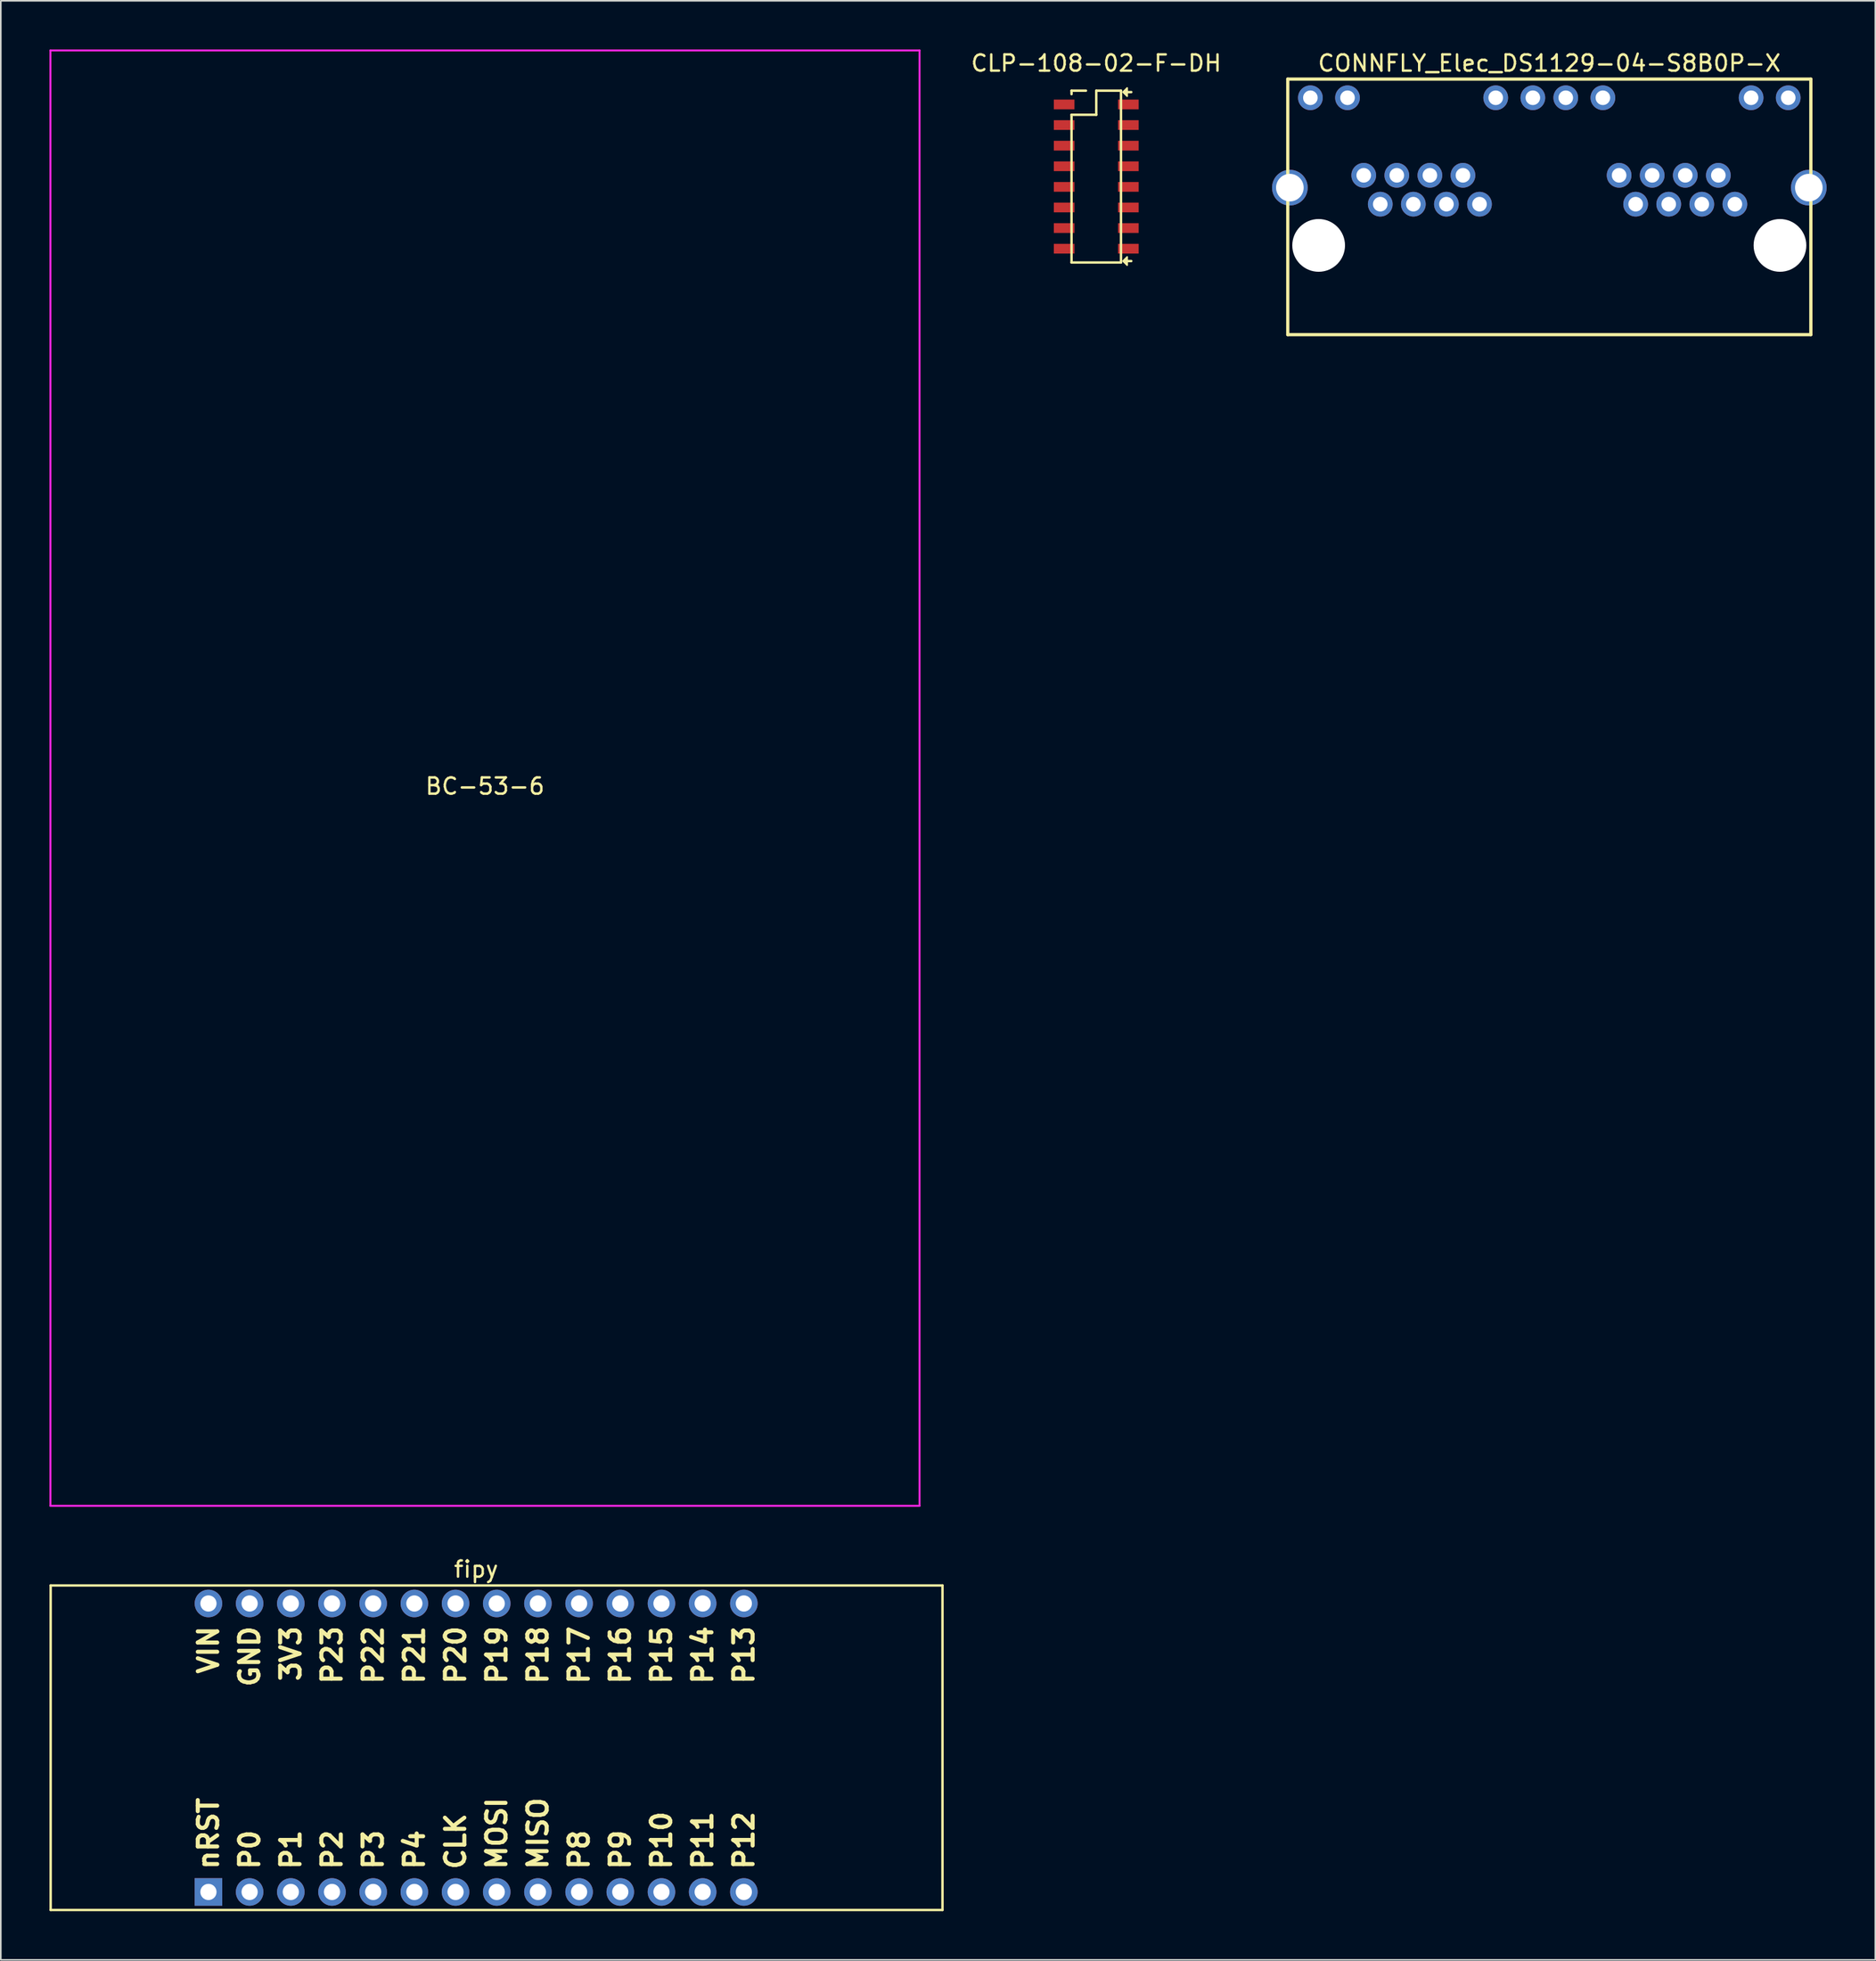
<source format=kicad_pcb>
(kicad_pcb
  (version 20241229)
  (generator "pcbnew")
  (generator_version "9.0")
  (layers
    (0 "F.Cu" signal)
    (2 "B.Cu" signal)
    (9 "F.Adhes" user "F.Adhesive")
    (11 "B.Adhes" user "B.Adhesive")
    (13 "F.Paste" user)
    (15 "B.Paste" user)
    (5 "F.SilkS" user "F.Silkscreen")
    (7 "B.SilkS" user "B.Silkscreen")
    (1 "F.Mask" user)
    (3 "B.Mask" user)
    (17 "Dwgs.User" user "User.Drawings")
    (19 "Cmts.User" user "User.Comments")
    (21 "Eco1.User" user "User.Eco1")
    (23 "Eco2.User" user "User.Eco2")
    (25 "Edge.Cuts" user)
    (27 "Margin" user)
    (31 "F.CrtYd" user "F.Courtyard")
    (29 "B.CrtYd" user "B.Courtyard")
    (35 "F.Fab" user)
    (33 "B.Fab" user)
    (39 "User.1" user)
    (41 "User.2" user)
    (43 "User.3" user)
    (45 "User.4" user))
  (footprint "CONNFLY_Elec_DS1129-04-S8B0P-X"
    (layer "F.Cu")
    (at 92.499 9.7)
    (property "Reference" "CONNFLY_Elec_DS1129-04-S8B0P-X" (at 0 -8.852 0) (layer "F.SilkS") (effects (font (size 1 1) (thickness 0.15))))
    (attr through_hole)
    (fp_line (start -16.13 -7.875) (end 16.13 -7.875) (stroke (width 0.2) (type solid)) (layer "F.SilkS"))
    (fp_line (start -16.13 7.875) (end -16.13 -7.875) (stroke (width 0.2) (type solid)) (layer "F.SilkS"))
    (fp_line (start 16.13 -7.875) (end 16.13 7.875) (stroke (width 0.2) (type solid)) (layer "F.SilkS"))
    (fp_line (start 16.13 7.875) (end -16.13 7.875) (stroke (width 0.2) (type solid)) (layer "F.SilkS"))
    (pad "" np_thru_hole circle (at -14.225 2.375) (size 3.25 3.25) (drill 3.25) (layers "*.Cu" "*.Mask"))
    (pad "" np_thru_hole circle (at 14.225 2.375) (size 3.25 3.25) (drill 3.25) (layers "*.Cu" "*.Mask"))
    (pad "A1" thru_hole circle (at -4.305 -0.165 180) (size 1.524 1.524) (drill 0.9) (layers "*.Cu" "*.Mask"))
    (pad "A2" thru_hole circle (at -5.325 -1.945 180) (size 1.524 1.524) (drill 0.9) (layers "*.Cu" "*.Mask"))
    (pad "A3" thru_hole circle (at -6.345 -0.165 180) (size 1.524 1.524) (drill 0.9) (layers "*.Cu" "*.Mask"))
    (pad "A4" thru_hole circle (at -7.365 -1.945 180) (size 1.524 1.524) (drill 0.9) (layers "*.Cu" "*.Mask"))
    (pad "A5" thru_hole circle (at -8.385 -0.165 180) (size 1.524 1.524) (drill 0.9) (layers "*.Cu" "*.Mask"))
    (pad "A6" thru_hole circle (at -9.405 -1.945 180) (size 1.524 1.524) (drill 0.9) (layers "*.Cu" "*.Mask"))
    (pad "A7" thru_hole circle (at -10.425 -0.165 180) (size 1.524 1.524) (drill 0.9) (layers "*.Cu" "*.Mask"))
    (pad "A8" thru_hole circle (at -11.445 -1.945 180) (size 1.524 1.524) (drill 0.9) (layers "*.Cu" "*.Mask"))
    (pad "A9" thru_hole circle (at -1.015 -6.725 180) (size 1.524 1.524) (drill 0.9) (layers "*.Cu" "*.Mask"))
    (pad "A10" thru_hole circle (at -3.305 -6.725 180) (size 1.524 1.524) (drill 0.9) (layers "*.Cu" "*.Mask"))
    (pad "A11" thru_hole circle (at -12.445 -6.725 180) (size 1.524 1.524) (drill 0.9) (layers "*.Cu" "*.Mask"))
    (pad "A12" thru_hole circle (at -14.735 -6.725 180) (size 1.524 1.524) (drill 0.9) (layers "*.Cu" "*.Mask"))
    (pad "B1" thru_hole circle (at 11.445 -0.165 180) (size 1.524 1.524) (drill 0.9) (layers "*.Cu" "*.Mask"))
    (pad "B2" thru_hole circle (at 10.425 -1.945 180) (size 1.524 1.524) (drill 0.9) (layers "*.Cu" "*.Mask"))
    (pad "B3" thru_hole circle (at 9.405 -0.165 180) (size 1.524 1.524) (drill 0.9) (layers "*.Cu" "*.Mask"))
    (pad "B4" thru_hole circle (at 8.385 -1.945 180) (size 1.524 1.524) (drill 0.9) (layers "*.Cu" "*.Mask"))
    (pad "B5" thru_hole circle (at 7.365 -0.165 180) (size 1.524 1.524) (drill 0.9) (layers "*.Cu" "*.Mask"))
    (pad "B6" thru_hole circle (at 6.345 -1.945 180) (size 1.524 1.524) (drill 0.9) (layers "*.Cu" "*.Mask"))
    (pad "B7" thru_hole circle (at 5.325 -0.165 180) (size 1.524 1.524) (drill 0.9) (layers "*.Cu" "*.Mask"))
    (pad "B8" thru_hole circle (at 4.305 -1.945 180) (size 1.524 1.524) (drill 0.9) (layers "*.Cu" "*.Mask"))
    (pad "B9" thru_hole circle (at 14.735 -6.725 180) (size 1.524 1.524) (drill 0.9) (layers "*.Cu" "*.Mask"))
    (pad "B10" thru_hole circle (at 12.445 -6.725 180) (size 1.524 1.524) (drill 0.9) (layers "*.Cu" "*.Mask"))
    (pad "B11" thru_hole circle (at 3.305 -6.725 180) (size 1.524 1.524) (drill 0.9) (layers "*.Cu" "*.Mask"))
    (pad "B12" thru_hole circle (at 1.015 -6.725 180) (size 1.524 1.524) (drill 0.9) (layers "*.Cu" "*.Mask"))
    (pad "SH" thru_hole circle (at -16 -1.185) (size 2.2 2.2) (drill 1.7) (layers "*.Cu" "*.Mask"))
    (pad "SH" thru_hole circle (at 16.005 -1.185) (size 2.2 2.2) (drill 1.7) (layers "*.Cu" "*.Mask")))
  (footprint "CLP-108-02-F-DH"
    (layer "F.Cu")
    (at 62.654 3.388)
    (property "Reference" "CLP-108-02-F-DH" (at 1.905 -2.54 0) (layer "F.SilkS") (effects (font (size 1 1) (thickness 0.15))))
    (attr through_hole)
    (fp_line (start 0.38 -0.635) (end 0.38 -0.85) (stroke (width 0.15) (type solid)) (layer "F.SilkS"))
    (fp_line (start 0.38 0.635) (end 0.38 9.74) (stroke (width 0.15) (type solid)) (layer "F.SilkS"))
    (fp_line (start 0.38 9.74) (end 3.43 9.74) (stroke (width 0.15) (type solid)) (layer "F.SilkS"))
    (fp_line (start 1.27 -0.85) (end 0.38 -0.85) (stroke (width 0.15) (type solid)) (layer "F.SilkS"))
    (fp_line (start 1.905 -0.85) (end 1.905 0.635) (stroke (width 0.15) (type solid)) (layer "F.SilkS"))
    (fp_line (start 1.905 0.635) (end 0.38 0.635) (stroke (width 0.15) (type solid)) (layer "F.SilkS"))
    (fp_line (start 3.43 -0.85) (end 1.905 -0.85) (stroke (width 0.15) (type solid)) (layer "F.SilkS"))
    (fp_line (start 3.43 9.74) (end 3.43 -0.85) (stroke (width 0.15) (type solid)) (layer "F.SilkS"))
    (fp_line (start 3.81 -0.762) (end 4.064 -0.762) (stroke (width 0.15) (type solid)) (layer "F.SilkS"))
    (fp_line (start 3.81 9.652) (end 4.064 9.652) (stroke (width 0.15) (type solid)) (layer "F.SilkS"))
    (fp_poly (pts (xy 3.556 -0.762) (xy 3.81 -1.016) (xy 3.81 -0.508)) (stroke (width 0.1) (type solid)) (fill yes) (layer "F.SilkS"))
    (fp_poly (pts (xy 3.556 9.652) (xy 3.81 9.398) (xy 3.81 9.906)) (stroke (width 0.1) (type solid)) (fill yes) (layer "F.SilkS"))
    (pad "1" smd rect (at -0.075 0 90) (size 0.6 1.27) (layers "F.Cu" "F.Mask" "F.Paste"))
    (pad "2" smd rect (at 3.885 0 90) (size 0.6 1.27) (layers "F.Cu" "F.Mask" "F.Paste"))
    (pad "3" smd rect (at -0.075 1.27 90) (size 0.6 1.27) (layers "F.Cu" "F.Mask" "F.Paste"))
    (pad "4" smd rect (at 3.885 1.27 90) (size 0.6 1.27) (layers "F.Cu" "F.Mask" "F.Paste"))
    (pad "5" smd rect (at -0.075 2.54 90) (size 0.6 1.27) (layers "F.Cu" "F.Mask" "F.Paste"))
    (pad "6" smd rect (at 3.885 2.54 90) (size 0.6 1.27) (layers "F.Cu" "F.Mask" "F.Paste"))
    (pad "7" smd rect (at -0.075 3.81 90) (size 0.6 1.27) (layers "F.Cu" "F.Mask" "F.Paste"))
    (pad "8" smd rect (at 3.885 3.81 90) (size 0.6 1.27) (layers "F.Cu" "F.Mask" "F.Paste"))
    (pad "9" smd rect (at -0.075 5.08 90) (size 0.6 1.27) (layers "F.Cu" "F.Mask" "F.Paste"))
    (pad "10" smd rect (at 3.885 5.08 90) (size 0.6 1.27) (layers "F.Cu" "F.Mask" "F.Paste"))
    (pad "11" smd rect (at -0.075 6.35 90) (size 0.6 1.27) (layers "F.Cu" "F.Mask" "F.Paste"))
    (pad "12" smd rect (at 3.885 6.35 90) (size 0.6 1.27) (layers "F.Cu" "F.Mask" "F.Paste"))
    (pad "13" smd rect (at -0.075 7.62 90) (size 0.6 1.27) (layers "F.Cu" "F.Mask" "F.Paste"))
    (pad "14" smd rect (at 3.885 7.62 90) (size 0.6 1.27) (layers "F.Cu" "F.Mask" "F.Paste"))
    (pad "15" smd rect (at -0.075 8.89 90) (size 0.6 1.27) (layers "F.Cu" "F.Mask" "F.Paste"))
    (pad "16" smd rect (at 3.885 8.89 90) (size 0.6 1.27) (layers "F.Cu" "F.Mask" "F.Paste")))
  (footprint "BC-53-6"
    (layer "F.Cu")
    (at 26.86 44.91)
    (property "Reference" "BC-53-6" (at 0 0.5 0) (layer "F.SilkS") (effects (font (size 1 1) (thickness 0.15))))
    (attr exclude_from_pos_files exclude_from_bom)
    (fp_line (start -26.8 -44.85) (end 26.8 -44.85) (stroke (width 0.12) (type solid)) (layer "F.CrtYd"))
    (fp_line (start -26.8 44.85) (end -26.8 -44.85) (stroke (width 0.12) (type solid)) (layer "F.CrtYd"))
    (fp_line (start 26.8 -44.85) (end 26.8 44.85) (stroke (width 0.12) (type solid)) (layer "F.CrtYd"))
    (fp_line (start 26.8 44.85) (end -26.8 44.85) (stroke (width 0.12) (type solid)) (layer "F.CrtYd")))
  (footprint "fipy"
    (layer "F.Cu")
    (at 26.315 104.668)
    (property "Reference" "fipy" (at 0 -11 0) (layer "F.SilkS") (effects (font (size 1 1) (thickness 0.15))))
    (attr through_hole)
    (fp_line (start -26.24 -10) (end -26.24 10) (stroke (width 0.15) (type solid)) (layer "F.SilkS"))
    (fp_line (start -26.24 10) (end 28.76 10) (stroke (width 0.15) (type solid)) (layer "F.SilkS"))
    (fp_line (start 28.76 -10) (end -26.24 -10) (stroke (width 0.15) (type solid)) (layer "F.SilkS"))
    (fp_line (start 28.76 10) (end 28.76 -10) (stroke (width 0.15) (type solid)) (layer "F.SilkS"))
    (fp_text user "P23" (at -8.89 -7.62 270) (layer "F.SilkS") (effects (font (size 1.2 1.2) (thickness 0.25)) (justify right)))
    (fp_text user "P12" (at 16.51 7.62 90) (layer "F.SilkS") (effects (font (size 1.2 1.2) (thickness 0.25)) (justify left)))
    (fp_text user "MISO" (at 3.81 7.62 90) (layer "F.SilkS") (effects (font (size 1.2 1.2) (thickness 0.25)) (justify left)))
    (fp_text user "P16" (at 8.89 -7.62 270) (layer "F.SilkS") (effects (font (size 1.2 1.2) (thickness 0.25)) (justify right)))
    (fp_text user "P8" (at 6.35 7.62 90) (layer "F.SilkS") (effects (font (size 1.2 1.2) (thickness 0.25)) (justify left)))
    (fp_text user "P2" (at -8.89 7.62 90) (layer "F.SilkS") (effects (font (size 1.2 1.2) (thickness 0.25)) (justify left)))
    (fp_text user "MOSI" (at 1.27 7.62 90) (layer "F.SilkS") (effects (font (size 1.2 1.2) (thickness 0.25)) (justify left)))
    (fp_text user "nRST" (at -16.51 7.62 90) (layer "F.SilkS") (effects (font (size 1.2 1.2) (thickness 0.25)) (justify left)))
    (fp_text user "VIN" (at -16.51 -7.62 270) (layer "F.SilkS") (effects (font (size 1.2 1.2) (thickness 0.25)) (justify right)))
    (fp_text user "3V3" (at -11.43 -7.62 270) (layer "F.SilkS") (effects (font (size 1.2 1.2) (thickness 0.25)) (justify right)))
    (fp_text user "P9" (at 8.89 7.62 90) (layer "F.SilkS") (effects (font (size 1.2 1.2) (thickness 0.25)) (justify left)))
    (fp_text user "P4" (at -3.81 7.62 90) (layer "F.SilkS") (effects (font (size 1.2 1.2) (thickness 0.25)) (justify left)))
    (fp_text user "P3" (at -6.35 7.62 90) (layer "F.SilkS") (effects (font (size 1.2 1.2) (thickness 0.25)) (justify left)))
    (fp_text user "P13" (at 16.51 -7.62 270) (layer "F.SilkS") (effects (font (size 1.2 1.2) (thickness 0.25)) (justify right)))
    (fp_text user "P20" (at -1.27 -7.62 270) (layer "F.SilkS") (effects (font (size 1.2 1.2) (thickness 0.25)) (justify right)))
    (fp_text user "P17" (at 6.35 -7.62 270) (layer "F.SilkS") (effects (font (size 1.2 1.2) (thickness 0.25)) (justify right)))
    (fp_text user "P1" (at -11.43 7.62 90) (layer "F.SilkS") (effects (font (size 1.2 1.2) (thickness 0.25)) (justify left)))
    (fp_text user "P15" (at 11.43 -7.62 270) (layer "F.SilkS") (effects (font (size 1.2 1.2) (thickness 0.25)) (justify right)))
    (fp_text user "P10" (at 11.43 7.62 90) (layer "F.SilkS") (effects (font (size 1.2 1.2) (thickness 0.25)) (justify left)))
    (fp_text user "GND" (at -13.97 -7.62 270) (layer "F.SilkS") (effects (font (size 1.2 1.2) (thickness 0.25)) (justify right)))
    (fp_text user "CLK" (at -1.27 7.62 90) (layer "F.SilkS") (effects (font (size 1.2 1.2) (thickness 0.25)) (justify left)))
    (fp_text user "P19" (at 1.27 -7.62 270) (layer "F.SilkS") (effects (font (size 1.2 1.2) (thickness 0.25)) (justify right)))
    (fp_text user "P18" (at 3.81 -7.62 270) (layer "F.SilkS") (effects (font (size 1.2 1.2) (thickness 0.25)) (justify right)))
    (fp_text user "P0" (at -13.97 7.62 90) (layer "F.SilkS") (effects (font (size 1.2 1.2) (thickness 0.25)) (justify left)))
    (fp_text user "P22" (at -6.35 -7.62 270) (layer "F.SilkS") (effects (font (size 1.2 1.2) (thickness 0.25)) (justify right)))
    (fp_text user "P21" (at -3.81 -7.62 270) (layer "F.SilkS") (effects (font (size 1.2 1.2) (thickness 0.25)) (justify right)))
    (fp_text user "P11" (at 13.97 7.62 90) (layer "F.SilkS") (effects (font (size 1.2 1.2) (thickness 0.25)) (justify left)))
    (fp_text user "P14" (at 13.97 -7.62 270) (layer "F.SilkS") (effects (font (size 1.2 1.2) (thickness 0.25)) (justify right)))
    (pad "1" thru_hole rect (at -16.51 8.89) (size 1.7 1.7) (drill 1) (layers "*.Cu" "*.Mask"))
    (pad "2" thru_hole circle (at -13.97 8.89) (size 1.7 1.7) (drill 1) (layers "*.Cu" "*.Mask"))
    (pad "3" thru_hole circle (at -11.43 8.89) (size 1.7 1.7) (drill 1) (layers "*.Cu" "*.Mask"))
    (pad "4" thru_hole circle (at -8.89 8.89) (size 1.7 1.7) (drill 1) (layers "*.Cu" "*.Mask"))
    (pad "5" thru_hole circle (at -6.35 8.89) (size 1.7 1.7) (drill 1) (layers "*.Cu" "*.Mask"))
    (pad "6" thru_hole circle (at -3.81 8.89) (size 1.7 1.7) (drill 1) (layers "*.Cu" "*.Mask"))
    (pad "7" thru_hole circle (at -1.27 8.89) (size 1.7 1.7) (drill 1) (layers "*.Cu" "*.Mask"))
    (pad "8" thru_hole circle (at 1.27 8.89) (size 1.7 1.7) (drill 1) (layers "*.Cu" "*.Mask"))
    (pad "9" thru_hole circle (at 3.81 8.89) (size 1.7 1.7) (drill 1) (layers "*.Cu" "*.Mask"))
    (pad "10" thru_hole circle (at 6.35 8.89) (size 1.7 1.7) (drill 1) (layers "*.Cu" "*.Mask"))
    (pad "11" thru_hole circle (at 8.89 8.89) (size 1.7 1.7) (drill 1) (layers "*.Cu" "*.Mask"))
    (pad "12" thru_hole circle (at 11.43 8.89) (size 1.7 1.7) (drill 1) (layers "*.Cu" "*.Mask"))
    (pad "13" thru_hole circle (at 13.97 8.89) (size 1.7 1.7) (drill 1) (layers "*.Cu" "*.Mask"))
    (pad "14" thru_hole circle (at 16.51 8.89) (size 1.7 1.7) (drill 1) (layers "*.Cu" "*.Mask"))
    (pad "15" thru_hole circle (at 16.51 -8.89 180) (size 1.7 1.7) (drill 1) (layers "*.Cu" "*.Mask"))
    (pad "16" thru_hole circle (at 13.97 -8.89 180) (size 1.7 1.7) (drill 1) (layers "*.Cu" "*.Mask"))
    (pad "17" thru_hole circle (at 11.43 -8.89 180) (size 1.7 1.7) (drill 1) (layers "*.Cu" "*.Mask"))
    (pad "18" thru_hole circle (at 8.89 -8.89 180) (size 1.7 1.7) (drill 1) (layers "*.Cu" "*.Mask"))
    (pad "19" thru_hole circle (at 6.35 -8.89 180) (size 1.7 1.7) (drill 1) (layers "*.Cu" "*.Mask"))
    (pad "20" thru_hole circle (at 3.81 -8.89 180) (size 1.7 1.7) (drill 1) (layers "*.Cu" "*.Mask"))
    (pad "21" thru_hole circle (at 1.27 -8.89 180) (size 1.7 1.7) (drill 1) (layers "*.Cu" "*.Mask"))
    (pad "22" thru_hole circle (at -1.27 -8.89 180) (size 1.7 1.7) (drill 1) (layers "*.Cu" "*.Mask"))
    (pad "23" thru_hole circle (at -3.81 -8.89 180) (size 1.7 1.7) (drill 1) (layers "*.Cu" "*.Mask"))
    (pad "24" thru_hole circle (at -6.35 -8.89 180) (size 1.7 1.7) (drill 1) (layers "*.Cu" "*.Mask"))
    (pad "25" thru_hole circle (at -8.89 -8.89 180) (size 1.7 1.7) (drill 1) (layers "*.Cu" "*.Mask"))
    (pad "26" thru_hole circle (at -11.43 -8.89 180) (size 1.7 1.7) (drill 1) (layers "*.Cu" "*.Mask"))
    (pad "27" thru_hole circle (at -13.97 -8.89 180) (size 1.7 1.7) (drill 1) (layers "*.Cu" "*.Mask"))
    (pad "28" thru_hole circle (at -16.51 -8.89 180) (size 1.7 1.7) (drill 1) (layers "*.Cu" "*.Mask")))
  (gr_rect
    (start -3 -3)
    (end 112.604 117.743)
    (stroke (width 0.1) (type default))
    (fill no)
    (layer "Edge.Cuts")))
</source>
